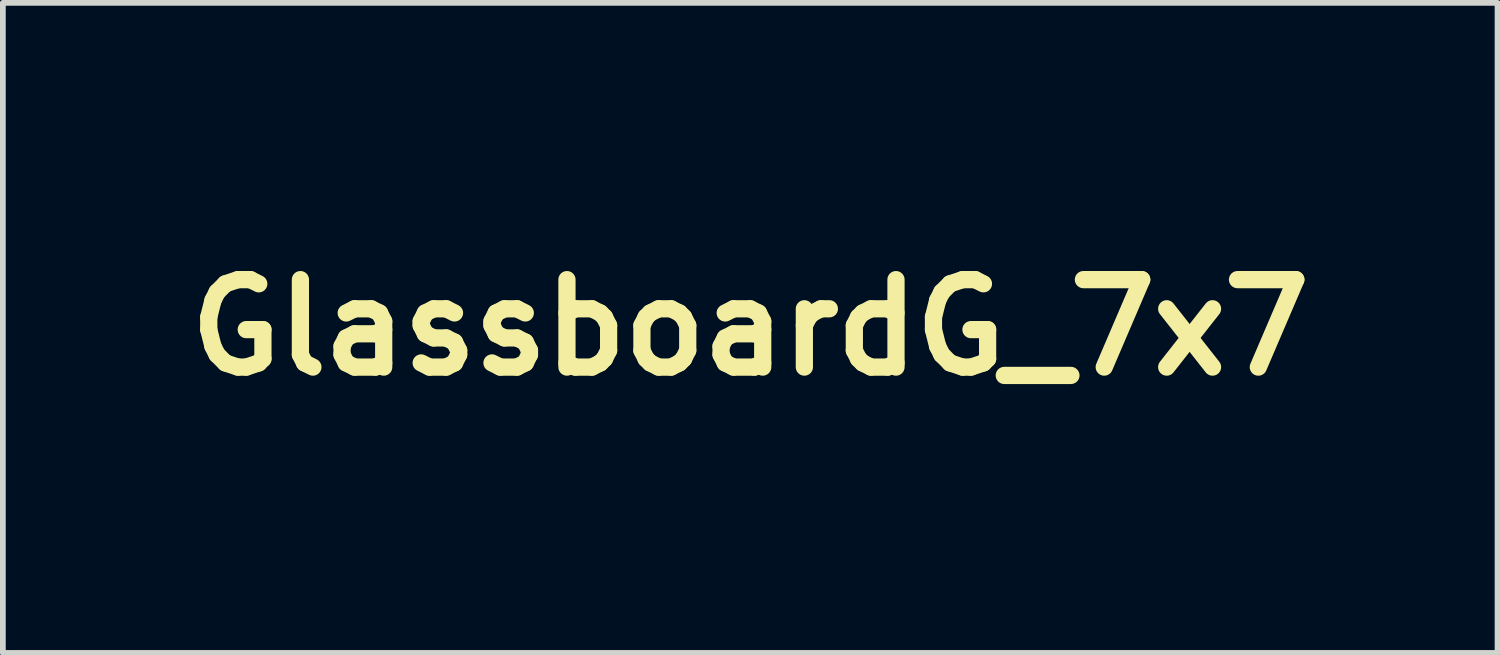
<source format=kicad_pcb>
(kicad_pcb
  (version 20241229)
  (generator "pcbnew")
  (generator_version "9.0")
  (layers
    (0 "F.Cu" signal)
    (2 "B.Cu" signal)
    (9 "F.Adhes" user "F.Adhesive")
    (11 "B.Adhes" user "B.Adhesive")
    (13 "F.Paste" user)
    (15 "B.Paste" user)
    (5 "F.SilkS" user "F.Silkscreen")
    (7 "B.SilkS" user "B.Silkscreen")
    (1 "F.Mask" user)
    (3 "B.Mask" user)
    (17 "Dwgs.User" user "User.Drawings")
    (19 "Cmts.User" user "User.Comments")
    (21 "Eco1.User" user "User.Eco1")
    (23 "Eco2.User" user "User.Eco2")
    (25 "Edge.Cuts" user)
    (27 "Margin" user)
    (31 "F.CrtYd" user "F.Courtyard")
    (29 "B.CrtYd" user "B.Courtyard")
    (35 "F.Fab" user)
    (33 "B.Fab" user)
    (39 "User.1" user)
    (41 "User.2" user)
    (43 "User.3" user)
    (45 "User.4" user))
  (footprint "GlassboardG_7x7"
    (layer "F.Cu")
    (at 10.022 2.657)
    (property "Reference" "GlassboardG_7x7" (at 0 0 0) (layer "F.SilkS") (effects (font (size 1.524 1.524) (thickness 0.3))))
    (attr through_hole)
    (fp_poly (pts (xy 2.738 -1.092) (xy 2.737 -0.473) (xy 2.736 -0.383) (xy 2.736 -0.301) (xy 2.736 -0.228) (xy 2.735 -0.161) (xy 2.735 -0.102) (xy 2.735 -0.049) (xy 2.734 -0.001) (xy 2.734 0.041) (xy 2.733 0.079) (xy 2.732 0.112) (xy 2.731 0.142) (xy 2.73 0.169) (xy 2.729 0.193) (xy 2.728 0.215) (xy 2.726 0.236) (xy 2.724 0.256) (xy 2.722 0.276) (xy 2.72 0.295) (xy 2.717 0.316) (xy 2.714 0.338) (xy 2.711 0.361) (xy 2.711 0.362) (xy 2.685 0.513) (xy 2.652 0.661) (xy 2.61 0.806) (xy 2.56 0.949) (xy 2.502 1.088) (xy 2.436 1.223) (xy 2.363 1.354) (xy 2.283 1.481) (xy 2.196 1.603) (xy 2.103 1.72) (xy 2.003 1.832) (xy 1.897 1.938) (xy 1.784 2.038) (xy 1.666 2.132) (xy 1.543 2.22) (xy 1.414 2.3) (xy 1.28 2.374) (xy 1.235 2.396) (xy 1.093 2.46) (xy 0.95 2.516) (xy 0.804 2.562) (xy 0.656 2.6) (xy 0.505 2.63) (xy 0.351 2.651) (xy 0.242 2.661) (xy 0.221 2.662) (xy 0.193 2.663) (xy 0.159 2.664) (xy 0.122 2.665) (xy 0.082 2.665) (xy 0.043 2.665) (xy 0.004 2.665) (xy -0.031 2.665) (xy -0.062 2.664) (xy -0.087 2.663) (xy -0.097 2.663) (xy -0.244 2.649) (xy -0.391 2.627) (xy -0.537 2.598) (xy -0.68 2.561) (xy -0.82 2.516) (xy -0.955 2.465) (xy -0.985 2.453) (xy -1.006 2.443) (xy -1.021 2.434) (xy -1.029 2.427) (xy -1.033 2.418) (xy -1.034 2.41) (xy -1.032 2.405) (xy -1.025 2.392) (xy -1.015 2.373) (xy -1.001 2.348) (xy -0.984 2.318) (xy -0.964 2.282) (xy -0.942 2.243) (xy -0.917 2.199) (xy -0.891 2.153) (xy -0.863 2.104) (xy -0.834 2.054) (xy -0.804 2.002) (xy -0.774 1.949) (xy -0.744 1.897) (xy -0.714 1.845) (xy -0.684 1.794) (xy -0.655 1.744) (xy -0.628 1.697) (xy -0.602 1.653) (xy -0.578 1.612) (xy -0.556 1.575) (xy -0.537 1.543) (xy -0.521 1.516) (xy -0.508 1.495) (xy -0.498 1.48) (xy -0.493 1.473) (xy -0.492 1.472) (xy -0.487 1.469) (xy -0.481 1.468) (xy -0.473 1.469) (xy -0.461 1.472) (xy -0.443 1.477) (xy -0.424 1.483) (xy -0.318 1.514) (xy -0.21 1.537) (xy -0.103 1.553) (xy -0.082 1.555) (xy -0.056 1.557) (xy -0.024 1.559) (xy 0.012 1.559) (xy 0.052 1.56) (xy 0.092 1.56) (xy 0.13 1.559) (xy 0.165 1.558) (xy 0.195 1.556) (xy 0.207 1.555) (xy 0.327 1.539) (xy 0.443 1.515) (xy 0.556 1.482) (xy 0.666 1.441) (xy 0.772 1.392) (xy 0.874 1.335) (xy 0.972 1.27) (xy 1.065 1.197) (xy 1.153 1.117) (xy 1.167 1.104) (xy 1.19 1.08) (xy 1.215 1.054) (xy 1.238 1.029) (xy 1.258 1.006) (xy 1.273 0.989) (xy 1.346 0.893) (xy 1.411 0.793) (xy 1.467 0.689) (xy 1.516 0.581) (xy 1.556 0.47) (xy 1.588 0.356) (xy 1.611 0.239) (xy 1.626 0.12) (xy 1.627 0.099) (xy 1.63 0.069) (xy 1.631 0.048) (xy 1.631 0.032) (xy 1.631 0.021) (xy 1.629 0.014) (xy 1.627 0.009) (xy 1.623 0.004) (xy 1.621 0.002) (xy 1.61 -0.009) (xy 1.006 -0.009) (xy 0.918 -0.009) (xy 0.839 -0.009) (xy 0.769 -0.009) (xy 0.705 -0.009) (xy 0.649 -0.009) (xy 0.6 -0.009) (xy 0.558 -0.009) (xy 0.521 -0.01) (xy 0.489 -0.01) (xy 0.463 -0.011) (xy 0.441 -0.012) (xy 0.424 -0.013) (xy 0.41 -0.014) (xy 0.4 -0.016) (xy 0.392 -0.017) (xy 0.387 -0.019) (xy 0.384 -0.022) (xy 0.382 -0.024) (xy 0.381 -0.027) (xy 0.382 -0.031) (xy 0.382 -0.035) (xy 0.382 -0.038) (xy 0.383 -0.042) (xy 0.386 -0.049) (xy 0.391 -0.059) (xy 0.398 -0.073) (xy 0.408 -0.092) (xy 0.42 -0.114) (xy 0.435 -0.142) (xy 0.453 -0.174) (xy 0.475 -0.212) (xy 0.5 -0.256) (xy 0.528 -0.306) (xy 0.56 -0.362) (xy 0.597 -0.425) (xy 0.637 -0.495) (xy 0.682 -0.572) (xy 0.684 -0.576) (xy 0.72 -0.64) (xy 0.756 -0.701) (xy 0.79 -0.76) (xy 0.822 -0.815) (xy 0.852 -0.868) (xy 0.881 -0.916) (xy 0.906 -0.96) (xy 0.929 -0.999) (xy 0.949 -1.033) (xy 0.966 -1.061) (xy 0.979 -1.083) (xy 0.988 -1.098) (xy 0.994 -1.106) (xy 0.994 -1.107) (xy 0.996 -1.108) (xy 0.998 -1.109) (xy 1.002 -1.11) (xy 1.007 -1.11) (xy 1.014 -1.111) (xy 1.023 -1.112) (xy 1.035 -1.112) (xy 1.051 -1.113) (xy 1.069 -1.113) (xy 1.092 -1.113) (xy 1.119 -1.114) (xy 1.15 -1.114) (xy 1.187 -1.114) (xy 1.229 -1.114) (xy 1.276 -1.115) (xy 1.33 -1.115) (xy 1.391 -1.115) (xy 1.458 -1.115) (xy 1.532 -1.115) (xy 1.614 -1.115) (xy 1.704 -1.115) (xy 1.803 -1.115) (xy 1.86 -1.115) (xy 2.716 -1.115) (xy 2.738 -1.092)) (stroke (width 0.01) (type solid)) (fill yes) (layer "F.Mask"))
    (fp_poly (pts (xy 1.204 -2.652) (xy 1.245 -2.652) (xy 1.281 -2.652) (xy 1.311 -2.651) (xy 1.337 -2.651) (xy 1.359 -2.651) (xy 1.376 -2.651) (xy 1.391 -2.65) (xy 1.402 -2.65) (xy 1.411 -2.649) (xy 1.417 -2.648) (xy 1.422 -2.647) (xy 1.425 -2.647) (xy 1.427 -2.646) (xy 1.428 -2.645) (xy 1.429 -2.644) (xy 1.436 -2.633) (xy 1.439 -2.624) (xy 1.436 -2.619) (xy 1.43 -2.606) (xy 1.42 -2.587) (xy 1.406 -2.562) (xy 1.389 -2.531) (xy 1.369 -2.496) (xy 1.347 -2.456) (xy 1.322 -2.412) (xy 1.295 -2.366) (xy 1.267 -2.317) (xy 1.247 -2.281) (xy 1.214 -2.225) (xy 1.181 -2.167) (xy 1.146 -2.107) (xy 1.112 -2.048) (xy 1.078 -1.989) (xy 1.046 -1.933) (xy 1.015 -1.881) (xy 0.988 -1.832) (xy 0.963 -1.79) (xy 0.942 -1.754) (xy 0.942 -1.753) (xy 0.913 -1.704) (xy 0.888 -1.661) (xy 0.868 -1.626) (xy 0.851 -1.599) (xy 0.837 -1.578) (xy 0.827 -1.563) (xy 0.821 -1.555) (xy 0.818 -1.552) (xy 0.814 -1.551) (xy 0.807 -1.55) (xy 0.795 -1.55) (xy 0.779 -1.549) (xy 0.757 -1.548) (xy 0.73 -1.548) (xy 0.697 -1.548) (xy 0.657 -1.547) (xy 0.611 -1.547) (xy 0.557 -1.547) (xy 0.495 -1.547) (xy 0.426 -1.547) (xy 0.376 -1.547) (xy 0.299 -1.547) (xy 0.229 -1.546) (xy 0.167 -1.546) (xy 0.113 -1.546) (xy 0.064 -1.546) (xy 0.022 -1.545) (xy -0.016 -1.544) (xy -0.048 -1.543) (xy -0.077 -1.542) (xy -0.103 -1.541) (xy -0.127 -1.539) (xy -0.148 -1.537) (xy -0.168 -1.534) (xy -0.187 -1.532) (xy -0.207 -1.528) (xy -0.227 -1.525) (xy -0.248 -1.52) (xy -0.254 -1.519) (xy -0.37 -1.492) (xy -0.483 -1.456) (xy -0.592 -1.412) (xy -0.697 -1.36) (xy -0.798 -1.3) (xy -0.895 -1.233) (xy -0.986 -1.158) (xy -1.073 -1.077) (xy -1.153 -0.988) (xy -1.182 -0.953) (xy -1.249 -0.862) (xy -1.309 -0.766) (xy -1.362 -0.666) (xy -1.408 -0.561) (xy -1.445 -0.452) (xy -1.475 -0.341) (xy -1.497 -0.228) (xy -1.5 -0.207) (xy -1.503 -0.176) (xy -1.506 -0.138) (xy -1.508 -0.095) (xy -1.509 -0.05) (xy -1.51 -0.004) (xy -1.509 0.04) (xy -1.508 0.079) (xy -1.506 0.113) (xy -1.506 0.113) (xy -1.492 0.231) (xy -1.469 0.347) (xy -1.437 0.46) (xy -1.397 0.571) (xy -1.348 0.68) (xy -1.291 0.785) (xy -1.226 0.887) (xy -1.215 0.903) (xy -1.154 0.982) (xy -1.085 1.06) (xy -1.007 1.137) (xy -0.92 1.213) (xy -0.855 1.264) (xy -0.84 1.276) (xy -0.832 1.285) (xy -0.828 1.293) (xy -0.827 1.298) (xy -0.829 1.304) (xy -0.836 1.318) (xy -0.847 1.338) (xy -0.862 1.367) (xy -0.882 1.402) (xy -0.906 1.445) (xy -0.935 1.496) (xy -0.968 1.554) (xy -1.006 1.62) (xy -1.048 1.694) (xy -1.09 1.767) (xy -1.124 1.826) (xy -1.157 1.883) (xy -1.189 1.937) (xy -1.218 1.988) (xy -1.246 2.036) (xy -1.271 2.079) (xy -1.294 2.118) (xy -1.313 2.152) (xy -1.33 2.18) (xy -1.343 2.202) (xy -1.352 2.218) (xy -1.357 2.227) (xy -1.358 2.228) (xy -1.366 2.232) (xy -1.378 2.234) (xy -1.38 2.234) (xy -1.387 2.233) (xy -1.396 2.23) (xy -1.409 2.223) (xy -1.425 2.213) (xy -1.446 2.199) (xy -1.459 2.19) (xy -1.534 2.137) (xy -1.603 2.084) (xy -1.669 2.029) (xy -1.734 1.972) (xy -1.8 1.909) (xy -1.83 1.879) (xy -1.928 1.776) (xy -2.018 1.672) (xy -2.102 1.564) (xy -2.179 1.452) (xy -2.251 1.334) (xy -2.319 1.21) (xy -2.335 1.178) (xy -2.397 1.045) (xy -2.451 0.912) (xy -2.497 0.776) (xy -2.536 0.638) (xy -2.567 0.497) (xy -2.591 0.351) (xy -2.606 0.229) (xy -2.609 0.194) (xy -2.611 0.151) (xy -2.613 0.103) (xy -2.614 0.052) (xy -2.614 -0.002) (xy -2.614 -0.056) (xy -2.613 -0.109) (xy -2.612 -0.158) (xy -2.61 -0.203) (xy -2.607 -0.241) (xy -2.606 -0.256) (xy -2.586 -0.413) (xy -2.558 -0.564) (xy -2.523 -0.711) (xy -2.48 -0.853) (xy -2.43 -0.99) (xy -2.426 -0.998) (xy -2.364 -1.139) (xy -2.295 -1.275) (xy -2.218 -1.406) (xy -2.134 -1.532) (xy -2.043 -1.653) (xy -1.945 -1.768) (xy -1.841 -1.878) (xy -1.731 -1.981) (xy -1.615 -2.078) (xy -1.493 -2.169) (xy -1.366 -2.253) (xy -1.234 -2.33) (xy -1.097 -2.399) (xy -0.955 -2.461) (xy -0.859 -2.498) (xy -0.756 -2.532) (xy -0.649 -2.562) (xy -0.542 -2.589) (xy -0.436 -2.611) (xy -0.334 -2.627) (xy -0.333 -2.627) (xy -0.313 -2.63) (xy -0.295 -2.633) (xy -0.278 -2.635) (xy -0.262 -2.637) (xy -0.246 -2.639) (xy -0.23 -2.641) (xy -0.213 -2.642) (xy -0.195 -2.643) (xy -0.176 -2.645) (xy -0.155 -2.646) (xy -0.131 -2.646) (xy -0.105 -2.647) (xy -0.075 -2.648) (xy -0.041 -2.648) (xy -0.003 -2.649) (xy 0.04 -2.649) (xy 0.088 -2.65) (xy 0.142 -2.65) (xy 0.202 -2.65) (xy 0.268 -2.65) (xy 0.342 -2.651) (xy 0.423 -2.651) (xy 0.512 -2.651) (xy 0.609 -2.651) (xy 0.635 -2.651) (xy 0.733 -2.651) (xy 0.823 -2.652) (xy 0.905 -2.652) (xy 0.979 -2.652) (xy 1.045 -2.652) (xy 1.105 -2.652) (xy 1.158 -2.652) (xy 1.204 -2.652)) (stroke (width 0.01) (type solid)) (fill yes) (layer "F.Mask")))
  (gr_rect
    (start -3 -3)
    (end 23.044 8.327)
    (stroke (width 0.1) (type default))
    (fill no)
    (layer "Edge.Cuts")))
</source>
